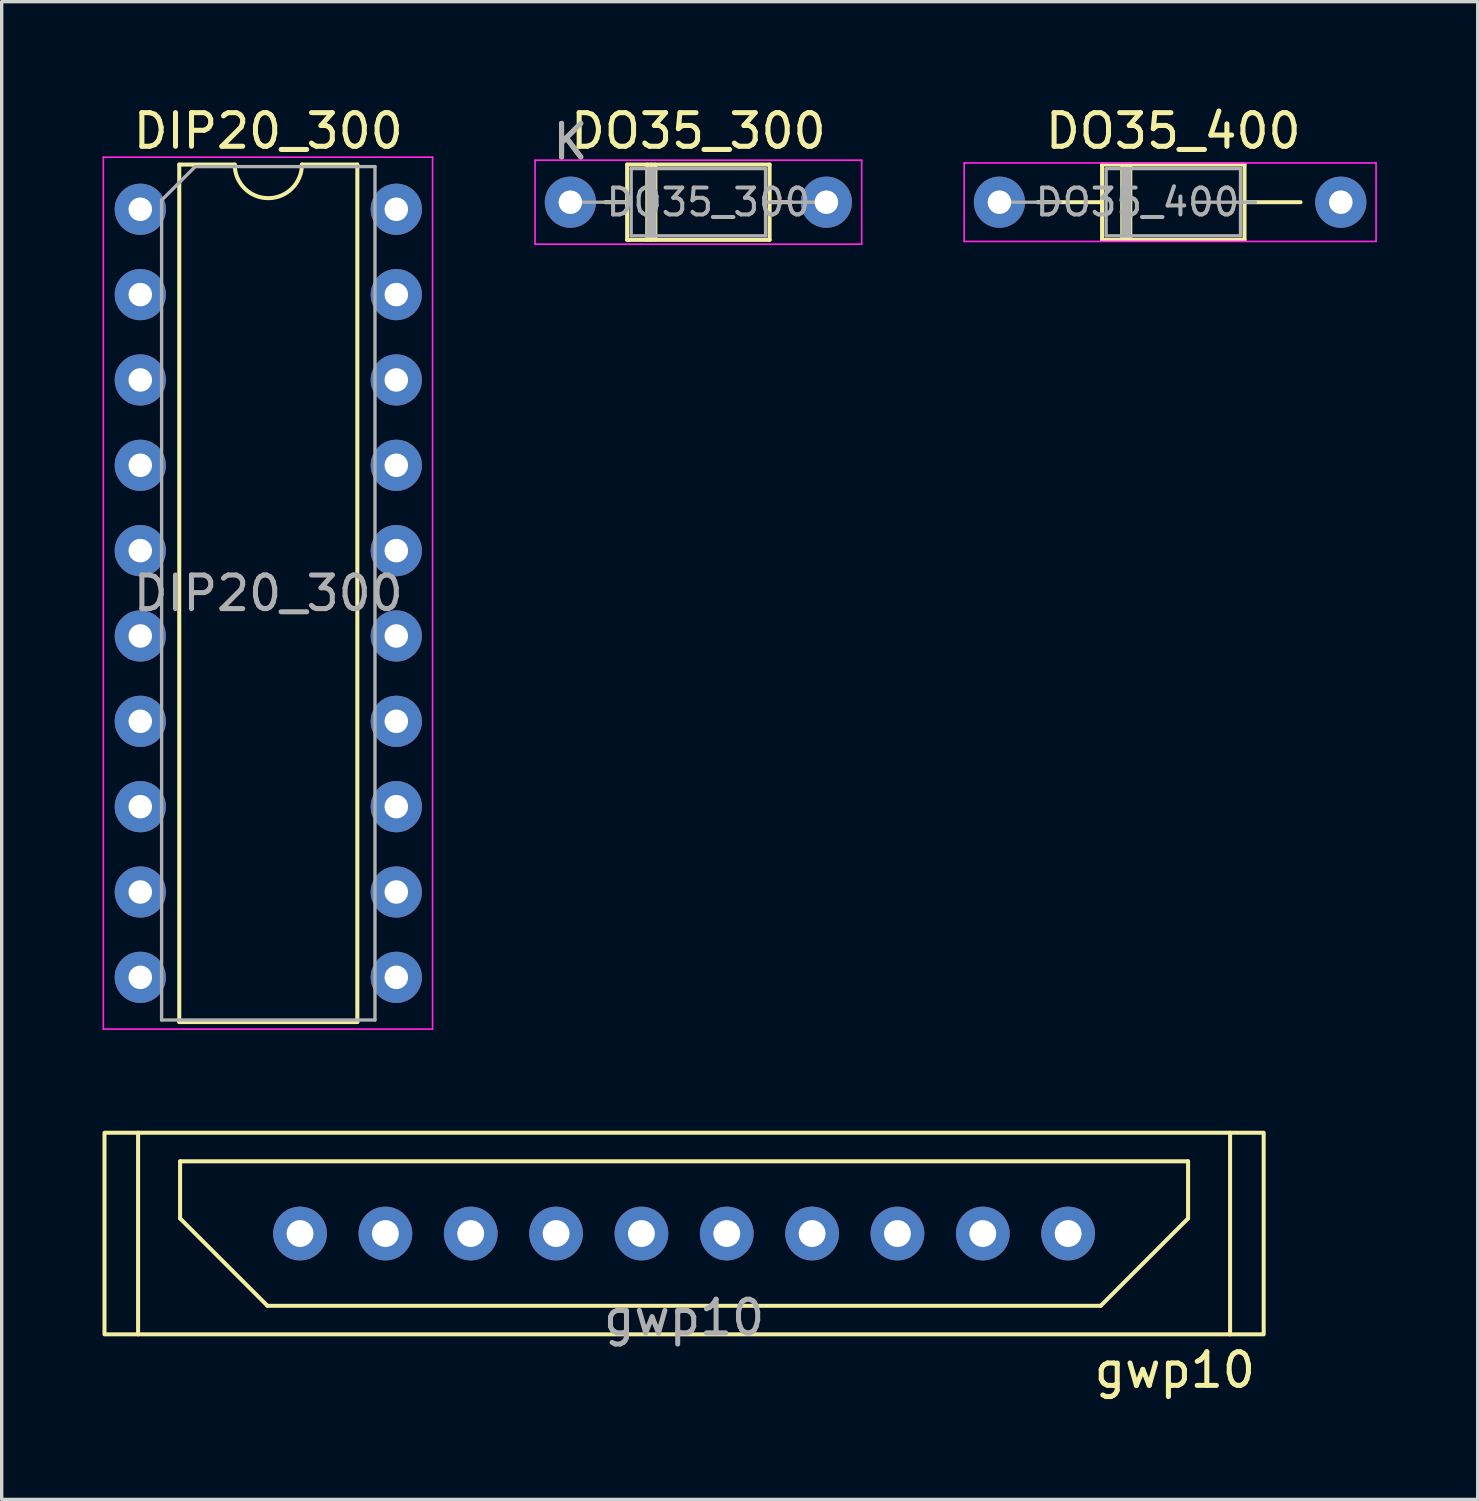
<source format=kicad_pcb>
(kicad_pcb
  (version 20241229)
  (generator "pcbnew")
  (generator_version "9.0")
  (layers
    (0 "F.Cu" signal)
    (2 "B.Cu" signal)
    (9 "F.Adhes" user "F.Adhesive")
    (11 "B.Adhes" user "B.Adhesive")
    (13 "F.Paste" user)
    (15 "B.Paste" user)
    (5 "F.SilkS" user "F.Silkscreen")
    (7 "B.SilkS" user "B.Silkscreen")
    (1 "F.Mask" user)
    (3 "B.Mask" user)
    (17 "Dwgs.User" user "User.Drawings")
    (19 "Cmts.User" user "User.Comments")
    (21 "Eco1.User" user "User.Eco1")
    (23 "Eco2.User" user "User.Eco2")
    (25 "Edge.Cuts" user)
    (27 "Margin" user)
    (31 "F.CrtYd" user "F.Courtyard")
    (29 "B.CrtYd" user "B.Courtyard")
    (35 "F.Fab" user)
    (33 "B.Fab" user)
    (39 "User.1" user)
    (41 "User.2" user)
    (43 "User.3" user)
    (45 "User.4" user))
  (footprint "DO35_300"
    (layer "F.Cu")
    (at 13.925 2.968)
    (property "Reference" "DO35_300" (at 3.81 -2.12 0) (layer "F.SilkS") (effects (font (size 1 1) (thickness 0.15))))
    (attr through_hole)
    (fp_line (start 1.04 0) (end 1.69 0) (stroke (width 0.12) (type solid)) (layer "F.SilkS"))
    (fp_line (start 1.69 -1.12) (end 1.69 1.12) (stroke (width 0.12) (type solid)) (layer "F.SilkS"))
    (fp_line (start 1.69 1.12) (end 5.93 1.12) (stroke (width 0.12) (type solid)) (layer "F.SilkS"))
    (fp_line (start 2.29 -1.12) (end 2.29 1.12) (stroke (width 0.12) (type solid)) (layer "F.SilkS"))
    (fp_line (start 2.41 -1.12) (end 2.41 1.12) (stroke (width 0.12) (type solid)) (layer "F.SilkS"))
    (fp_line (start 2.53 -1.12) (end 2.53 1.12) (stroke (width 0.12) (type solid)) (layer "F.SilkS"))
    (fp_line (start 5.93 -1.12) (end 1.69 -1.12) (stroke (width 0.12) (type solid)) (layer "F.SilkS"))
    (fp_line (start 5.93 1.12) (end 5.93 -1.12) (stroke (width 0.12) (type solid)) (layer "F.SilkS"))
    (fp_line (start 6.58 0) (end 5.93 0) (stroke (width 0.12) (type solid)) (layer "F.SilkS"))
    (fp_line (start -1.05 -1.25) (end -1.05 1.25) (stroke (width 0.05) (type solid)) (layer "F.CrtYd"))
    (fp_line (start -1.05 1.25) (end 8.67 1.25) (stroke (width 0.05) (type solid)) (layer "F.CrtYd"))
    (fp_line (start 8.67 -1.25) (end -1.05 -1.25) (stroke (width 0.05) (type solid)) (layer "F.CrtYd"))
    (fp_line (start 8.67 1.25) (end 8.67 -1.25) (stroke (width 0.05) (type solid)) (layer "F.CrtYd"))
    (fp_line (start 0 0) (end 1.81 0) (stroke (width 0.1) (type solid)) (layer "F.Fab"))
    (fp_line (start 1.81 -1) (end 1.81 1) (stroke (width 0.1) (type solid)) (layer "F.Fab"))
    (fp_line (start 1.81 1) (end 5.81 1) (stroke (width 0.1) (type solid)) (layer "F.Fab"))
    (fp_line (start 2.31 -1) (end 2.31 1) (stroke (width 0.1) (type solid)) (layer "F.Fab"))
    (fp_line (start 2.41 -1) (end 2.41 1) (stroke (width 0.1) (type solid)) (layer "F.Fab"))
    (fp_line (start 2.51 -1) (end 2.51 1) (stroke (width 0.1) (type solid)) (layer "F.Fab"))
    (fp_line (start 5.81 -1) (end 1.81 -1) (stroke (width 0.1) (type solid)) (layer "F.Fab"))
    (fp_line (start 5.81 1) (end 5.81 -1) (stroke (width 0.1) (type solid)) (layer "F.Fab"))
    (fp_line (start 7.62 0) (end 5.81 0) (stroke (width 0.1) (type solid)) (layer "F.Fab"))
    (fp_text user "K" (at 0 -1.8 0) (layer "F.SilkS") (effects (font (size 1 1) (thickness 0.15))))
    (fp_text user "K" (at 0 -1.8 0) (layer "F.Fab") (effects (font (size 1 1) (thickness 0.15))))
    (fp_text user "${REFERENCE}" (at 4.11 0 0) (layer "F.Fab") (effects (font (size 0.8 0.8) (thickness 0.12))))
    (pad "1" thru_hole circle (at 0 0) (size 1.524 1.524) (drill 0.7) (layers "*.Cu" "*.Mask"))
    (pad "2" thru_hole circle (at 7.62 0) (size 1.524 1.524) (drill 0.7) (layers "*.Cu" "*.Mask")))
  (footprint "DO35_400"
    (layer "F.Cu")
    (at 26.695 2.968)
    (property "Reference" "DO35_400" (at 5.175 -2.12 0) (layer "F.SilkS") (effects (font (size 1 1) (thickness 0.15))))
    (attr through_hole)
    (fp_line (start 1.135 0) (end 3.055 0) (stroke (width 0.12) (type solid)) (layer "F.SilkS"))
    (fp_line (start 3.055 -1.12) (end 3.055 1.12) (stroke (width 0.12) (type solid)) (layer "F.SilkS"))
    (fp_line (start 3.055 1.12) (end 7.295 1.12) (stroke (width 0.12) (type solid)) (layer "F.SilkS"))
    (fp_line (start 3.655 -1.12) (end 3.655 1.12) (stroke (width 0.12) (type solid)) (layer "F.SilkS"))
    (fp_line (start 3.775 -1.12) (end 3.775 1.12) (stroke (width 0.12) (type solid)) (layer "F.SilkS"))
    (fp_line (start 3.895 -1.12) (end 3.895 1.12) (stroke (width 0.12) (type solid)) (layer "F.SilkS"))
    (fp_line (start 7.295 -1.12) (end 3.055 -1.12) (stroke (width 0.12) (type solid)) (layer "F.SilkS"))
    (fp_line (start 7.295 1.12) (end 7.295 -1.12) (stroke (width 0.12) (type solid)) (layer "F.SilkS"))
    (fp_line (start 8.961 0) (end 7.295 0) (stroke (width 0.12) (type solid)) (layer "F.SilkS"))
    (fp_line (start -1.05 -1.168) (end -1.05 1.168) (stroke (width 0.05) (type solid)) (layer "F.CrtYd"))
    (fp_line (start -1.05 1.168) (end 11.21 1.168) (stroke (width 0.05) (type solid)) (layer "F.CrtYd"))
    (fp_line (start 11.21 -1.168) (end -1.05 -1.168) (stroke (width 0.05) (type solid)) (layer "F.CrtYd"))
    (fp_line (start 11.21 1.168) (end 11.21 -1.168) (stroke (width 0.05) (type solid)) (layer "F.CrtYd"))
    (fp_line (start 0 0) (end 1.81 0) (stroke (width 0.1) (type solid)) (layer "F.Fab"))
    (fp_line (start 3.175 -1) (end 3.175 1) (stroke (width 0.1) (type solid)) (layer "F.Fab"))
    (fp_line (start 3.175 1) (end 7.175 1) (stroke (width 0.1) (type solid)) (layer "F.Fab"))
    (fp_line (start 3.675 -1) (end 3.675 1) (stroke (width 0.1) (type solid)) (layer "F.Fab"))
    (fp_line (start 3.775 -1) (end 3.775 1) (stroke (width 0.1) (type solid)) (layer "F.Fab"))
    (fp_line (start 3.875 -1) (end 3.875 1) (stroke (width 0.1) (type solid)) (layer "F.Fab"))
    (fp_line (start 7.175 -1) (end 3.175 -1) (stroke (width 0.1) (type solid)) (layer "F.Fab"))
    (fp_line (start 7.175 1) (end 7.175 -1) (stroke (width 0.1) (type solid)) (layer "F.Fab"))
    (fp_line (start 7.62 0) (end 5.81 0) (stroke (width 0.1) (type solid)) (layer "F.Fab"))
    (fp_text user "${REFERENCE}" (at 4.11 0 0) (layer "F.Fab") (effects (font (size 0.8 0.8) (thickness 0.12))))
    (pad "1" thru_hole circle (at 0 0) (size 1.524 1.524) (drill 0.7) (layers "*.Cu" "*.Mask"))
    (pad "2" thru_hole circle (at 10.16 0) (size 1.524 1.524) (drill 0.7) (layers "*.Cu" "*.Mask")))
  (footprint "gwp10"
    (layer "F.Cu")
    (at 17.31 33.663)
    (property "Reference" "gwp10" (at 14.605 4.064 0) (unlocked yes) (layer "F.SilkS") (effects (font (size 1 1) (thickness 0.15))))
    (attr through_hole)
    (fp_line (start -16.25 -3) (end -16.25 3) (stroke (width 0.12) (type default)) (layer "F.SilkS"))
    (fp_line (start -15 -2.15) (end 15 -2.15) (stroke (width 0.12) (type default)) (layer "F.SilkS"))
    (fp_line (start -15 -0.45) (end -15 -2.15) (stroke (width 0.12) (type default)) (layer "F.SilkS"))
    (fp_line (start -12.4 2.15) (end -15 -0.45) (stroke (width 0.12) (type default)) (layer "F.SilkS"))
    (fp_line (start 12.4 2.15) (end -12.4 2.15) (stroke (width 0.12) (type default)) (layer "F.SilkS"))
    (fp_line (start 15 -2.15) (end 15 -0.45) (stroke (width 0.12) (type default)) (layer "F.SilkS"))
    (fp_line (start 15 -0.45) (end 12.4 2.15) (stroke (width 0.12) (type default)) (layer "F.SilkS"))
    (fp_line (start 16.25 -3) (end 16.25 3) (stroke (width 0.12) (type default)) (layer "F.SilkS"))
    (fp_rect (start -17.25 -3) (end 17.25 3) (stroke (width 0.12) (type default)) (fill no) (layer "F.SilkS"))
    (fp_text user "${REFERENCE}" (at 0 2.5 0) (unlocked yes) (layer "F.Fab") (effects (font (size 1 1) (thickness 0.15))))
    (pad "1" thru_hole circle (at -11.43 0) (size 1.6 1.6) (drill 0.8) (layers "*.Cu" "*.Mask"))
    (pad "2" thru_hole circle (at -8.89 0) (size 1.6 1.6) (drill 0.8) (layers "*.Cu" "*.Mask"))
    (pad "3" thru_hole circle (at -6.35 0) (size 1.6 1.6) (drill 0.8) (layers "*.Cu" "*.Mask"))
    (pad "4" thru_hole circle (at -3.81 0) (size 1.6 1.6) (drill 0.8) (layers "*.Cu" "*.Mask"))
    (pad "5" thru_hole circle (at -1.27 0) (size 1.6 1.6) (drill 0.8) (layers "*.Cu" "*.Mask"))
    (pad "6" thru_hole circle (at 1.27 0) (size 1.6 1.6) (drill 0.8) (layers "*.Cu" "*.Mask"))
    (pad "7" thru_hole circle (at 3.81 0) (size 1.6 1.6) (drill 0.8) (layers "*.Cu" "*.Mask"))
    (pad "8" thru_hole circle (at 6.35 0) (size 1.6 1.6) (drill 0.8) (layers "*.Cu" "*.Mask"))
    (pad "9" thru_hole circle (at 8.89 0) (size 1.6 1.6) (drill 0.8) (layers "*.Cu" "*.Mask"))
    (pad "10" thru_hole circle (at 11.43 0) (size 1.6 1.6) (drill 0.8) (layers "*.Cu" "*.Mask")))
  (footprint "DIP20_300"
    (layer "F.Cu")
    (at 1.125 3.178)
    (property "Reference" "DIP20_300" (at 3.81 -2.33 0) (layer "F.SilkS") (effects (font (size 1 1) (thickness 0.15))))
    (attr through_hole)
    (fp_line (start 1.16 -1.33) (end 1.16 24.19) (stroke (width 0.12) (type solid)) (layer "F.SilkS"))
    (fp_line (start 1.16 24.19) (end 6.46 24.19) (stroke (width 0.12) (type solid)) (layer "F.SilkS"))
    (fp_line (start 2.81 -1.33) (end 1.16 -1.33) (stroke (width 0.12) (type solid)) (layer "F.SilkS"))
    (fp_line (start 6.46 -1.33) (end 4.81 -1.33) (stroke (width 0.12) (type solid)) (layer "F.SilkS"))
    (fp_line (start 6.46 24.19) (end 6.46 -1.33) (stroke (width 0.12) (type solid)) (layer "F.SilkS"))
    (fp_arc (start 4.81 -1.33) (mid 3.81 -0.33) (end 2.81 -1.33) (stroke (width 0.12) (type solid)) (layer "F.SilkS"))
    (fp_line (start -1.1 -1.55) (end -1.1 24.4) (stroke (width 0.05) (type solid)) (layer "F.CrtYd"))
    (fp_line (start -1.1 24.4) (end 8.7 24.4) (stroke (width 0.05) (type solid)) (layer "F.CrtYd"))
    (fp_line (start 8.7 -1.55) (end -1.1 -1.55) (stroke (width 0.05) (type solid)) (layer "F.CrtYd"))
    (fp_line (start 8.7 24.4) (end 8.7 -1.55) (stroke (width 0.05) (type solid)) (layer "F.CrtYd"))
    (fp_line (start 0.635 -0.27) (end 1.635 -1.27) (stroke (width 0.1) (type solid)) (layer "F.Fab"))
    (fp_line (start 0.635 24.13) (end 0.635 -0.27) (stroke (width 0.1) (type solid)) (layer "F.Fab"))
    (fp_line (start 1.635 -1.27) (end 6.985 -1.27) (stroke (width 0.1) (type solid)) (layer "F.Fab"))
    (fp_line (start 6.985 -1.27) (end 6.985 24.13) (stroke (width 0.1) (type solid)) (layer "F.Fab"))
    (fp_line (start 6.985 24.13) (end 0.635 24.13) (stroke (width 0.1) (type solid)) (layer "F.Fab"))
    (fp_text user "${REFERENCE}" (at 3.81 11.43 0) (layer "F.Fab") (effects (font (size 1 1) (thickness 0.15))))
    (pad "1" thru_hole circle (at 0 0) (size 1.524 1.524) (drill 0.7) (layers "*.Cu" "*.Mask"))
    (pad "2" thru_hole circle (at 0 2.54) (size 1.524 1.524) (drill 0.7) (layers "*.Cu" "*.Mask"))
    (pad "3" thru_hole circle (at 0 5.08) (size 1.524 1.524) (drill 0.7) (layers "*.Cu" "*.Mask"))
    (pad "4" thru_hole circle (at 0 7.62) (size 1.524 1.524) (drill 0.7) (layers "*.Cu" "*.Mask"))
    (pad "5" thru_hole circle (at 0 10.16) (size 1.524 1.524) (drill 0.7) (layers "*.Cu" "*.Mask"))
    (pad "6" thru_hole circle (at 0 12.7) (size 1.524 1.524) (drill 0.7) (layers "*.Cu" "*.Mask"))
    (pad "7" thru_hole circle (at 0 15.24) (size 1.524 1.524) (drill 0.7) (layers "*.Cu" "*.Mask"))
    (pad "8" thru_hole circle (at 0 17.78) (size 1.524 1.524) (drill 0.7) (layers "*.Cu" "*.Mask"))
    (pad "9" thru_hole circle (at 0 20.32) (size 1.524 1.524) (drill 0.7) (layers "*.Cu" "*.Mask"))
    (pad "10" thru_hole circle (at 0 22.86) (size 1.524 1.524) (drill 0.7) (layers "*.Cu" "*.Mask"))
    (pad "11" thru_hole circle (at 7.62 22.86) (size 1.524 1.524) (drill 0.7) (layers "*.Cu" "*.Mask"))
    (pad "12" thru_hole circle (at 7.62 20.32) (size 1.524 1.524) (drill 0.7) (layers "*.Cu" "*.Mask"))
    (pad "13" thru_hole circle (at 7.62 17.78) (size 1.524 1.524) (drill 0.7) (layers "*.Cu" "*.Mask"))
    (pad "14" thru_hole circle (at 7.62 15.24) (size 1.524 1.524) (drill 0.7) (layers "*.Cu" "*.Mask"))
    (pad "15" thru_hole circle (at 7.62 12.7) (size 1.524 1.524) (drill 0.7) (layers "*.Cu" "*.Mask"))
    (pad "16" thru_hole circle (at 7.62 10.16) (size 1.524 1.524) (drill 0.7) (layers "*.Cu" "*.Mask"))
    (pad "17" thru_hole circle (at 7.62 7.62) (size 1.524 1.524) (drill 0.7) (layers "*.Cu" "*.Mask"))
    (pad "18" thru_hole circle (at 7.62 5.08) (size 1.524 1.524) (drill 0.7) (layers "*.Cu" "*.Mask"))
    (pad "19" thru_hole circle (at 7.62 2.54) (size 1.524 1.524) (drill 0.7) (layers "*.Cu" "*.Mask"))
    (pad "20" thru_hole circle (at 7.62 0) (size 1.524 1.524) (drill 0.7) (layers "*.Cu" "*.Mask")))
  (gr_rect
    (start -3 -3)
    (end 40.93 41.575)
    (stroke (width 0.1) (type default))
    (fill no)
    (layer "Edge.Cuts")))
</source>
